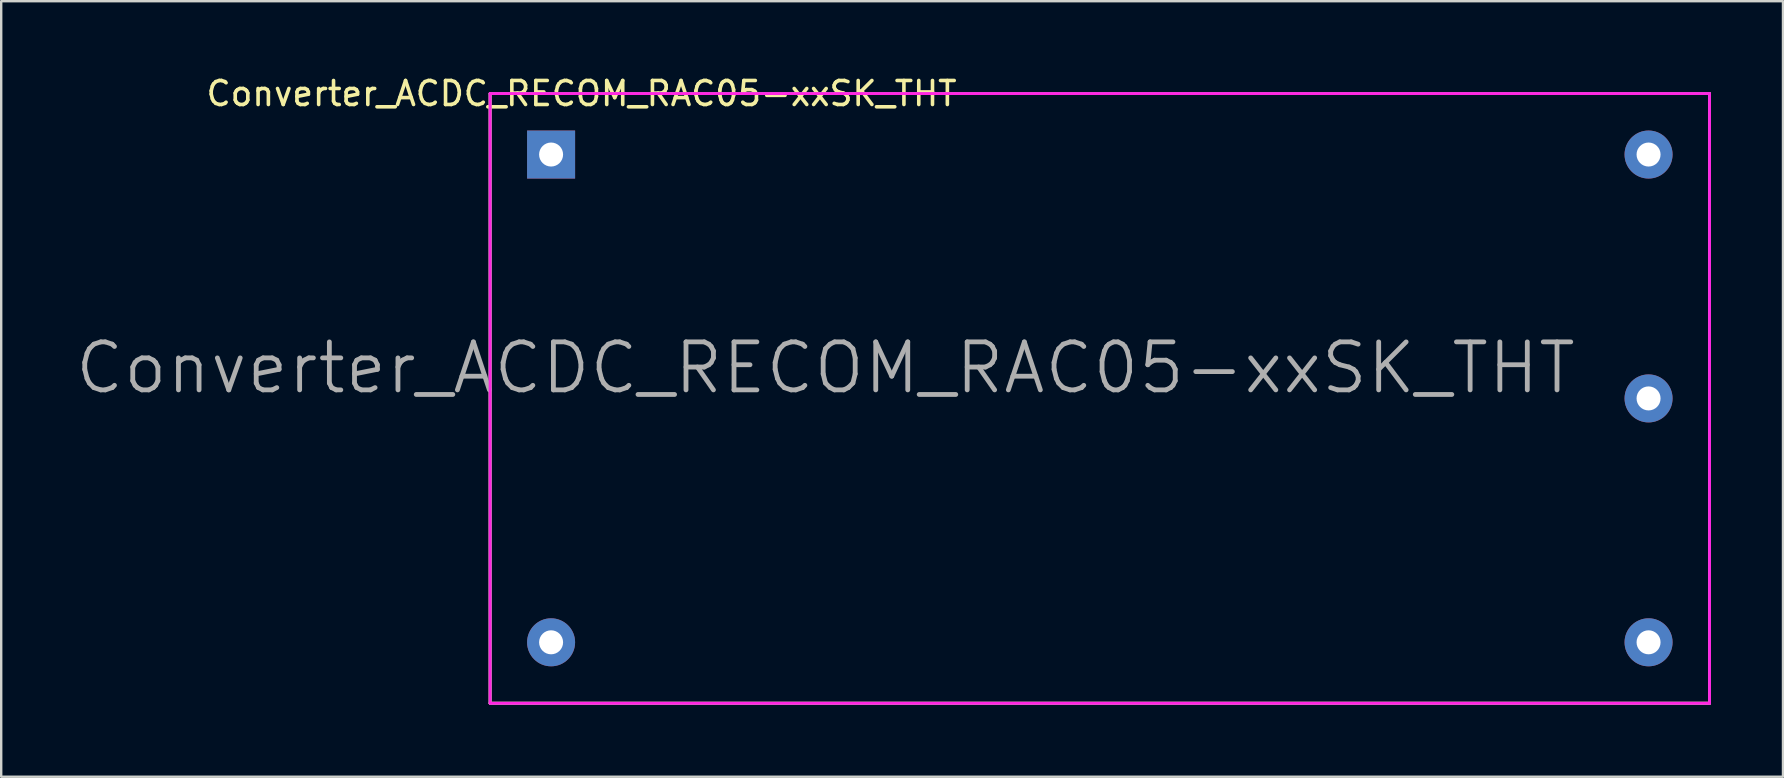
<source format=kicad_pcb>
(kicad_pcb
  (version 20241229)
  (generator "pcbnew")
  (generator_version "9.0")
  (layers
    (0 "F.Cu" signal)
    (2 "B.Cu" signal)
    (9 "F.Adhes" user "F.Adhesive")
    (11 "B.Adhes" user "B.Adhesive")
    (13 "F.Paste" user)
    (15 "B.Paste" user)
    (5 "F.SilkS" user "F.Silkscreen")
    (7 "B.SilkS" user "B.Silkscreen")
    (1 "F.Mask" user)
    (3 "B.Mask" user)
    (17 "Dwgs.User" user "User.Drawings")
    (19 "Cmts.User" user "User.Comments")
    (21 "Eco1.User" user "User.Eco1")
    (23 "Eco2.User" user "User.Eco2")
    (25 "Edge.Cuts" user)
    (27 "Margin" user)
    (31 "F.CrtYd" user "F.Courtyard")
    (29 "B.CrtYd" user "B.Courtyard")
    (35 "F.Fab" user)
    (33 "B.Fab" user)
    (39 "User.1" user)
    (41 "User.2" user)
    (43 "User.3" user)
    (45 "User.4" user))
  (footprint "Converter_ACDC_RECOM_RAC05-xxSK_THT"
    (layer "F.Cu")
    (at 19.908 3.388)
    (property "Reference" "Converter_ACDC_RECOM_RAC05-xxSK_THT" (at 1.27 -2.54 180) (layer "F.SilkS") (effects (font (size 1 1) (thickness 0.15))))
    (attr through_hole)
    (fp_line (start -2.54 22.86) (end -2.54 -2.54) (stroke (width 0.12) (type solid)) (layer "F.SilkS"))
    (fp_line (start 48.26 -2.54) (end 48.26 22.86) (stroke (width 0.12) (type solid)) (layer "F.SilkS"))
    (fp_line (start 48.26 22.86) (end -2.54 22.86) (stroke (width 0.12) (type solid)) (layer "F.SilkS"))
    (fp_line (start -2.54 -2.54) (end 48.26 -2.54) (stroke (width 0.12) (type solid)) (layer "F.CrtYd"))
    (fp_line (start -2.54 22.86) (end -2.54 -2.54) (stroke (width 0.12) (type solid)) (layer "F.CrtYd"))
    (fp_line (start 48.26 -2.54) (end 48.26 22.86) (stroke (width 0.12) (type solid)) (layer "F.CrtYd"))
    (fp_line (start 48.26 22.86) (end -2.54 22.86) (stroke (width 0.12) (type solid)) (layer "F.CrtYd"))
    (fp_line (start -2.54 -2.54) (end 48.26 -2.54) (stroke (width 0.12) (type solid)) (layer "F.Fab"))
    (fp_line (start -2.54 22.86) (end -2.54 -2.54) (stroke (width 0.12) (type solid)) (layer "F.Fab"))
    (fp_line (start 48.26 -2.54) (end 48.26 22.86) (stroke (width 0.12) (type solid)) (layer "F.Fab"))
    (fp_line (start 48.26 22.86) (end -2.54 22.86) (stroke (width 0.12) (type solid)) (layer "F.Fab"))
    (fp_text user "${REFERENCE}" (at 11.43 8.89 180) (layer "F.Fab") (effects (font (size 2 2) (thickness 0.2))))
    (pad "1" thru_hole rect (at 0 0 270) (size 2 2) (drill 1) (layers "*.Cu" "*.Mask"))
    (pad "2" thru_hole circle (at 0 20.32 270) (size 2 2) (drill 1) (layers "*.Cu" "*.Mask"))
    (pad "3" thru_hole circle (at 45.72 20.32 180) (size 2 2) (drill 1) (layers "*.Cu" "*.Mask"))
    (pad "4" thru_hole circle (at 45.72 10.16 270) (size 2 2) (drill 1) (layers "*.Cu" "*.Mask"))
    (pad "5" thru_hole circle (at 45.72 0 270) (size 2 2) (drill 1) (layers "*.Cu" "*.Mask")))
  (gr_rect
    (start -3 -3)
    (end 71.228 29.308)
    (stroke (width 0.1) (type default))
    (fill no)
    (layer "Edge.Cuts")))
</source>
